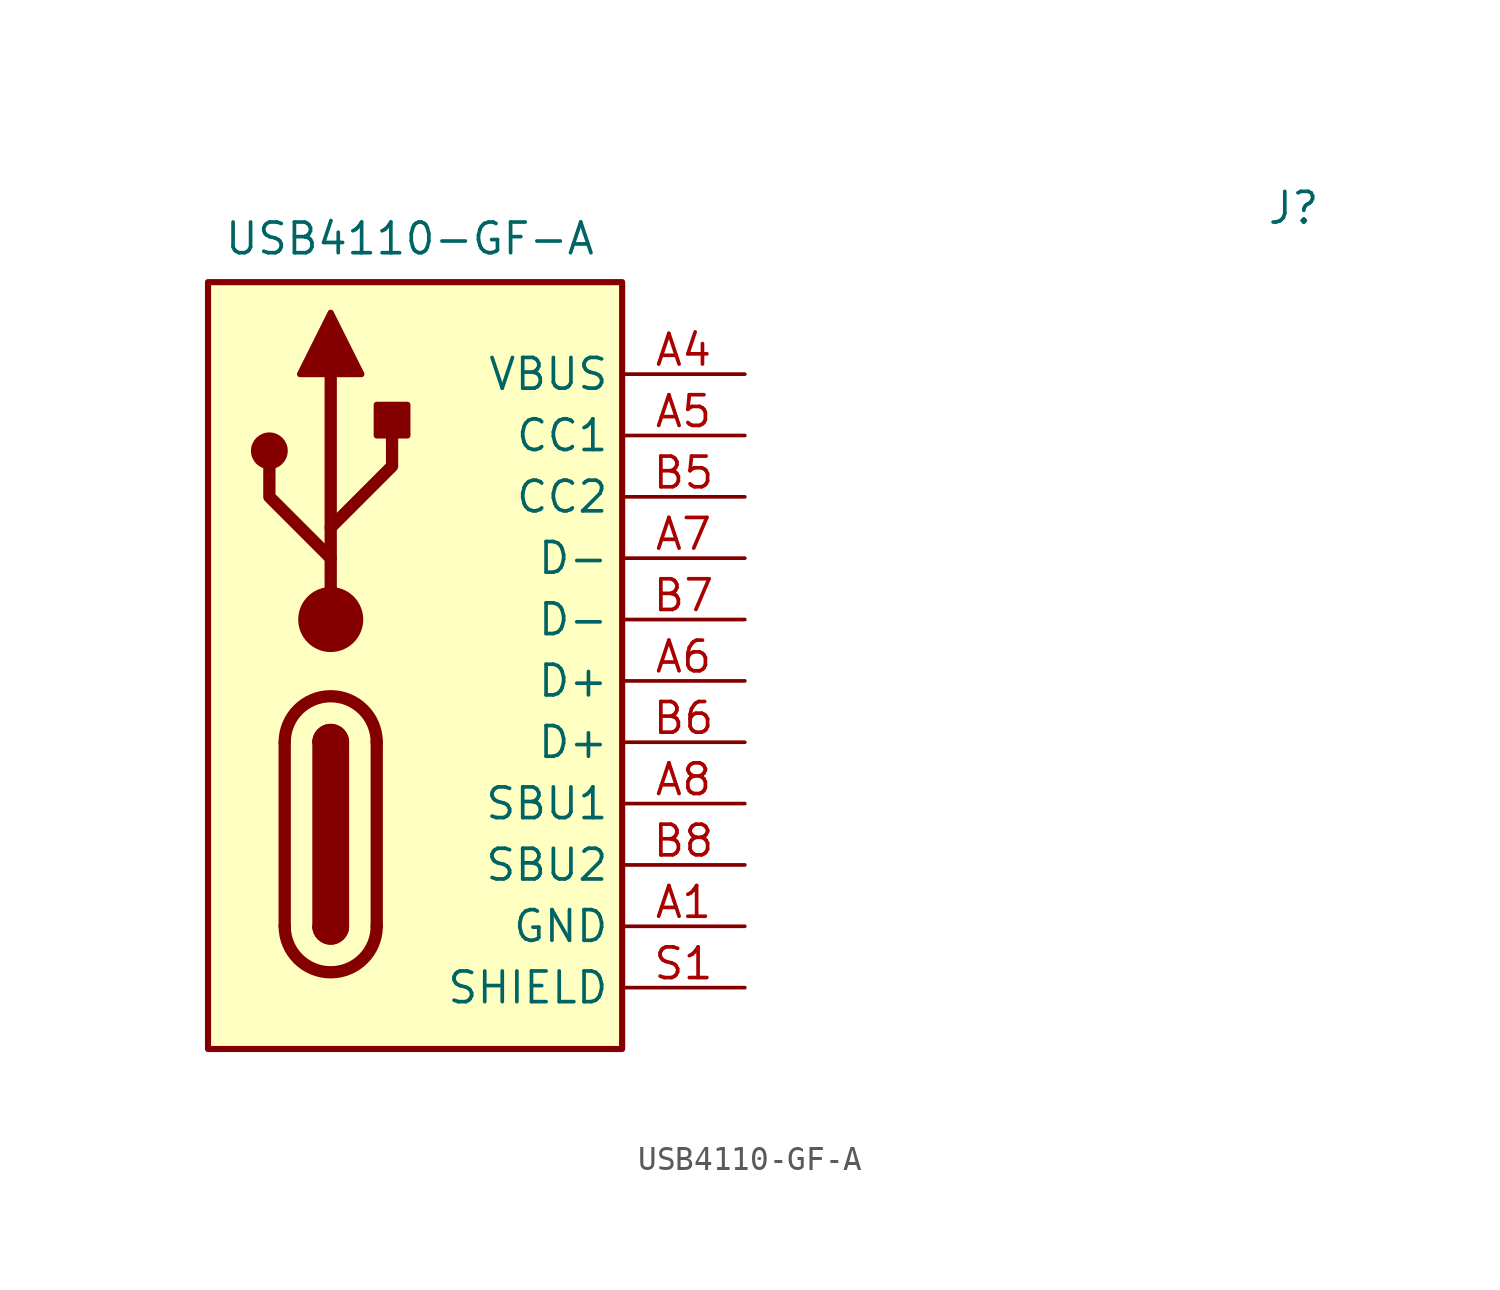
<source format=kicad_sym>
(kicad_symbol_lib
  (version 20220914)
  (generator kicad_symbol_editor)
  (symbol "USB4110-GF-A"
    (property "Reference" "J"
      (at 21.59 7.62 0)
      (effects (font (size 1.27 1.27)) (justify left top)))
    (property "Value" "USB4110-GF-A"
      (at -21.59 6.35 0)
      (effects (font (size 1.27 1.27)) (justify left top)))
    (symbol "USB4110-GF-A_0_1"
      (rectangle (start -22.225 3.81) (end -5.08 -27.94) (stroke (width 0.254) (type default)) (fill (type background)))
      (circle (center -19.685 -3.175) (radius 0.635) (stroke (width 0.254) (type default)) (fill (type outline)))
      (arc (start -19.05 -22.86) (mid -17.145 -24.7567) (end -15.24 -22.86) (stroke (width 0.508) (type default)) (fill (type none)))
      (arc (start -17.78 -22.86) (mid -17.145 -23.4923) (end -16.51 -22.86) (stroke (width 0.254) (type default)) (fill (type none)))
      (arc (start -17.78 -22.86) (mid -17.145 -23.4923) (end -16.51 -22.86) (stroke (width 0.254) (type default)) (fill (type outline)))
      (rectangle (start -17.78 -22.86) (end -16.51 -15.24) (stroke (width 0.254) (type default)) (fill (type outline)))
      (circle (center -17.145 -10.16) (radius 1.27) (stroke (width 0) (type default)) (fill (type outline)))
      (arc (start -16.51 -15.24) (mid -17.145 -14.6077) (end -17.78 -15.24) (stroke (width 0.254) (type default)) (fill (type none)))
      (arc (start -16.51 -15.24) (mid -17.145 -14.6077) (end -17.78 -15.24) (stroke (width 0.254) (type default)) (fill (type outline)))
      (arc (start -15.24 -15.24) (mid -17.145 -13.3433) (end -19.05 -15.24) (stroke (width 0.508) (type default)) (fill (type none)))
      (rectangle (start -15.24 -2.54) (end -13.97 -1.27) (stroke (width 0.254) (type default)) (fill (type outline)))
      (polyline (pts (xy -19.05 -22.86) (xy -19.05 -15.24)) (stroke (width 0.508) (type default)) (fill (type none)))
      (polyline (pts (xy -17.145 -10.16) (xy -17.145 0)) (stroke (width 0.508) (type default)) (fill (type none)))
      (polyline (pts (xy -15.24 -15.24) (xy -15.24 -22.86)) (stroke (width 0.508) (type default)) (fill (type none)))
      (polyline (pts (xy -17.145 -7.62) (xy -19.685 -5.08) (xy -19.685 -3.81)) (stroke (width 0.508) (type default)) (fill (type none)))
      (polyline (pts (xy -17.145 -6.35) (xy -14.605 -3.81) (xy -14.605 -2.54)) (stroke (width 0.508) (type default)) (fill (type none)))
      (polyline (pts (xy -18.415 0) (xy -17.145 2.54) (xy -15.875 0) (xy -18.415 0)) (stroke (width 0.254) (type default)) (fill (type outline))))
    (symbol "USB4110-GF-A_1_1"
      (pin passive line (at 0 -22.86 180) (length 5.08) (name "GND" (effects (font (size 1.27 1.27)))) (number "A1" (effects (font (size 1.27 1.27)))))
      (pin passive line (at 0 -22.86 180) (length 5.08) hide (name "GND" (effects (font (size 1.27 1.27)))) (number "A12" (effects (font (size 1.27 1.27)))))
      (pin passive line (at 0 0 180) (length 5.08) (name "VBUS" (effects (font (size 1.27 1.27)))) (number "A4" (effects (font (size 1.27 1.27)))))
      (pin bidirectional line (at 0 -2.54 180) (length 5.08) (name "CC1" (effects (font (size 1.27 1.27)))) (number "A5" (effects (font (size 1.27 1.27)))))
      (pin bidirectional line (at 0 -12.7 180) (length 5.08) (name "D+" (effects (font (size 1.27 1.27)))) (number "A6" (effects (font (size 1.27 1.27)))))
      (pin bidirectional line (at 0 -7.62 180) (length 5.08) (name "D-" (effects (font (size 1.27 1.27)))) (number "A7" (effects (font (size 1.27 1.27)))))
      (pin bidirectional line (at 0 -17.78 180) (length 5.08) (name "SBU1" (effects (font (size 1.27 1.27)))) (number "A8" (effects (font (size 1.27 1.27)))))
      (pin passive line (at 0 0 180) (length 5.08) hide (name "VBUS" (effects (font (size 1.27 1.27)))) (number "A9" (effects (font (size 1.27 1.27)))))
      (pin passive line (at 0 -22.86 180) (length 5.08) hide (name "GND" (effects (font (size 1.27 1.27)))) (number "B1" (effects (font (size 1.27 1.27)))))
      (pin passive line (at 0 -22.86 180) (length 5.08) hide (name "GND" (effects (font (size 1.27 1.27)))) (number "B12" (effects (font (size 1.27 1.27)))))
      (pin passive line (at 0 0 180) (length 5.08) hide (name "VBUS" (effects (font (size 1.27 1.27)))) (number "B4" (effects (font (size 1.27 1.27)))))
      (pin bidirectional line (at 0 -5.08 180) (length 5.08) (name "CC2" (effects (font (size 1.27 1.27)))) (number "B5" (effects (font (size 1.27 1.27)))))
      (pin bidirectional line (at 0 -15.24 180) (length 5.08) (name "D+" (effects (font (size 1.27 1.27)))) (number "B6" (effects (font (size 1.27 1.27)))))
      (pin bidirectional line (at 0 -10.16 180) (length 5.08) (name "D-" (effects (font (size 1.27 1.27)))) (number "B7" (effects (font (size 1.27 1.27)))))
      (pin bidirectional line (at 0 -20.32 180) (length 5.08) (name "SBU2" (effects (font (size 1.27 1.27)))) (number "B8" (effects (font (size 1.27 1.27)))))
      (pin passive line (at 0 0 180) (length 5.08) hide (name "VBUS" (effects (font (size 1.27 1.27)))) (number "B9" (effects (font (size 1.27 1.27)))))
      (pin passive line (at 0 -25.4 180) (length 5.08) (name "SHIELD" (effects (font (size 1.27 1.27)))) (number "S1" (effects (font (size 1.27 1.27))))))))
</source>
